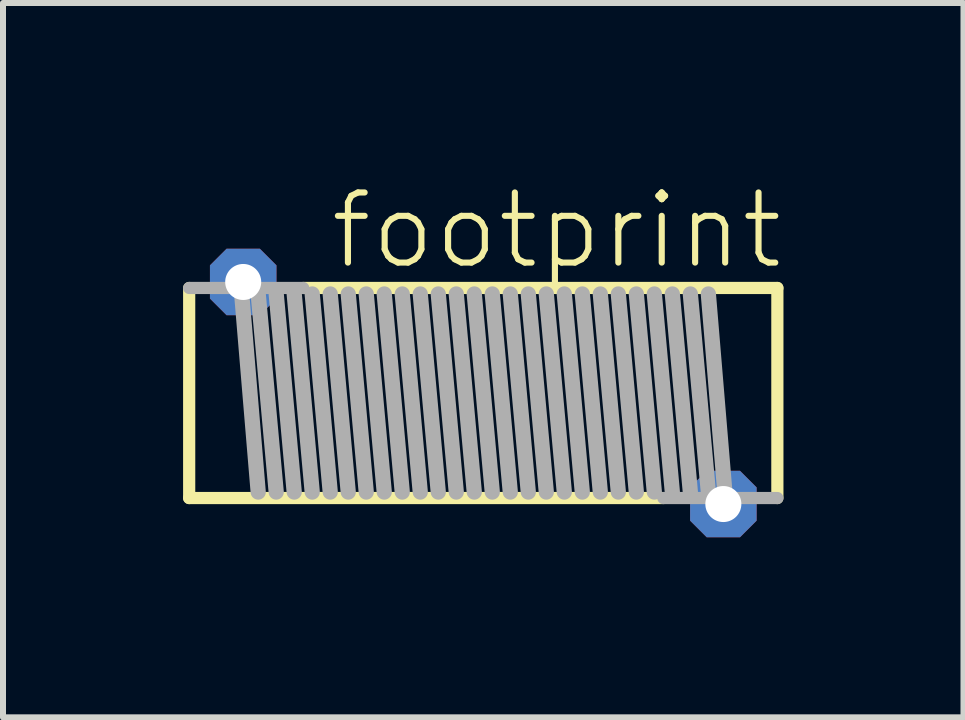
<source format=kicad_pcb>
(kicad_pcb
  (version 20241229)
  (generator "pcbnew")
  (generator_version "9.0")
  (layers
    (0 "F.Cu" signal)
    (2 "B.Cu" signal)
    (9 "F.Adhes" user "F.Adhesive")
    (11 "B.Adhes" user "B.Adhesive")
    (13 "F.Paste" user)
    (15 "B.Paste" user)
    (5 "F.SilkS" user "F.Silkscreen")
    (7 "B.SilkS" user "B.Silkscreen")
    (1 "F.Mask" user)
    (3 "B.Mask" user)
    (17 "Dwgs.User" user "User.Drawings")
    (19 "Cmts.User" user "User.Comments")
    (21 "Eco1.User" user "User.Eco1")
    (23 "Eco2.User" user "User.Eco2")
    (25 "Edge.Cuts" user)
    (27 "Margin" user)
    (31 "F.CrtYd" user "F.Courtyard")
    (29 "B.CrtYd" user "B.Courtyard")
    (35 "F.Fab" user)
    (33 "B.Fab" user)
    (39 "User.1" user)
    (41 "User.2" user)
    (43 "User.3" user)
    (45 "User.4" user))
  (footprint "footprint"
    (layer "F.Cu")
    (at 5.002 3.498)
    (property "Reference" "footprint" (at -2.6 -2.025 0) (layer "F.SilkS") (effects (font (size 1.168 1.168) (thickness 0.102)) (justify left bottom)))
    (fp_line (start -4.9 1.75) (end -4.9 -1.75) (stroke (width 0.203) (type solid)) (layer "F.SilkS"))
    (fp_line (start -3 -1.75) (end 4.9 -1.75) (stroke (width 0.203) (type solid)) (layer "F.SilkS"))
    (fp_line (start 3 1.75) (end -4.9 1.75) (stroke (width 0.203) (type solid)) (layer "F.SilkS"))
    (fp_line (start 4.9 -1.75) (end 4.9 1.75) (stroke (width 0.203) (type solid)) (layer "F.SilkS"))
    (fp_line (start -4.9 -1.75) (end -3 -1.75) (stroke (width 0.203) (type solid)) (layer "F.Fab"))
    (fp_line (start -3.75 1.65) (end -4.05 -1.95) (stroke (width 0.254) (type solid)) (layer "F.Fab"))
    (fp_line (start -3.45 1.65) (end -3.75 -1.65) (stroke (width 0.254) (type solid)) (layer "F.Fab"))
    (fp_line (start -3.15 1.65) (end -3.45 -1.65) (stroke (width 0.254) (type solid)) (layer "F.Fab"))
    (fp_line (start -2.85 1.65) (end -3.15 -1.65) (stroke (width 0.254) (type solid)) (layer "F.Fab"))
    (fp_line (start -2.55 1.65) (end -2.85 -1.65) (stroke (width 0.254) (type solid)) (layer "F.Fab"))
    (fp_line (start -2.25 1.65) (end -2.55 -1.65) (stroke (width 0.254) (type solid)) (layer "F.Fab"))
    (fp_line (start -1.95 1.65) (end -2.25 -1.65) (stroke (width 0.254) (type solid)) (layer "F.Fab"))
    (fp_line (start -1.65 1.65) (end -1.95 -1.65) (stroke (width 0.254) (type solid)) (layer "F.Fab"))
    (fp_line (start -1.35 1.65) (end -1.65 -1.65) (stroke (width 0.254) (type solid)) (layer "F.Fab"))
    (fp_line (start -1.05 1.65) (end -1.35 -1.65) (stroke (width 0.254) (type solid)) (layer "F.Fab"))
    (fp_line (start -0.75 1.65) (end -1.05 -1.65) (stroke (width 0.254) (type solid)) (layer "F.Fab"))
    (fp_line (start -0.45 1.65) (end -0.75 -1.65) (stroke (width 0.254) (type solid)) (layer "F.Fab"))
    (fp_line (start -0.15 1.65) (end -0.45 -1.65) (stroke (width 0.254) (type solid)) (layer "F.Fab"))
    (fp_line (start 0.15 1.65) (end -0.15 -1.65) (stroke (width 0.254) (type solid)) (layer "F.Fab"))
    (fp_line (start 0.45 1.65) (end 0.15 -1.65) (stroke (width 0.254) (type solid)) (layer "F.Fab"))
    (fp_line (start 0.75 1.65) (end 0.45 -1.65) (stroke (width 0.254) (type solid)) (layer "F.Fab"))
    (fp_line (start 1.05 1.65) (end 0.75 -1.65) (stroke (width 0.254) (type solid)) (layer "F.Fab"))
    (fp_line (start 1.35 1.65) (end 1.05 -1.65) (stroke (width 0.254) (type solid)) (layer "F.Fab"))
    (fp_line (start 1.65 1.65) (end 1.35 -1.65) (stroke (width 0.254) (type solid)) (layer "F.Fab"))
    (fp_line (start 1.95 1.65) (end 1.65 -1.65) (stroke (width 0.254) (type solid)) (layer "F.Fab"))
    (fp_line (start 2.25 1.65) (end 1.95 -1.65) (stroke (width 0.254) (type solid)) (layer "F.Fab"))
    (fp_line (start 2.55 1.65) (end 2.25 -1.65) (stroke (width 0.254) (type solid)) (layer "F.Fab"))
    (fp_line (start 2.85 1.65) (end 2.55 -1.65) (stroke (width 0.254) (type solid)) (layer "F.Fab"))
    (fp_line (start 3.15 1.65) (end 2.85 -1.65) (stroke (width 0.254) (type solid)) (layer "F.Fab"))
    (fp_line (start 3.45 1.65) (end 3.15 -1.65) (stroke (width 0.254) (type solid)) (layer "F.Fab"))
    (fp_line (start 3.75 1.65) (end 3.45 -1.65) (stroke (width 0.254) (type solid)) (layer "F.Fab"))
    (fp_line (start 4.05 1.95) (end 3.75 -1.65) (stroke (width 0.254) (type solid)) (layer "F.Fab"))
    (fp_line (start 4.9 1.75) (end 3 1.75) (stroke (width 0.203) (type solid)) (layer "F.Fab"))
    (pad "1" thru_hole roundrect (at 4 1.85) (size 1.108 1.108) (drill 0.6) (layers "*.Cu" "*.Mask") (roundrect_rratio 0.25) (chamfer_ratio 0.25) (chamfer top_left top_right bottom_left bottom_right))
    (pad "2" thru_hole roundrect (at -4 -1.85) (size 1.108 1.108) (drill 0.6) (layers "*.Cu" "*.Mask") (roundrect_rratio 0.25) (chamfer_ratio 0.25) (chamfer top_left top_right bottom_left bottom_right)))
  (gr_rect
    (start -3 -3)
    (end 13.003 8.902)
    (stroke (width 0.1) (type default))
    (fill no)
    (layer "Edge.Cuts")))
</source>
